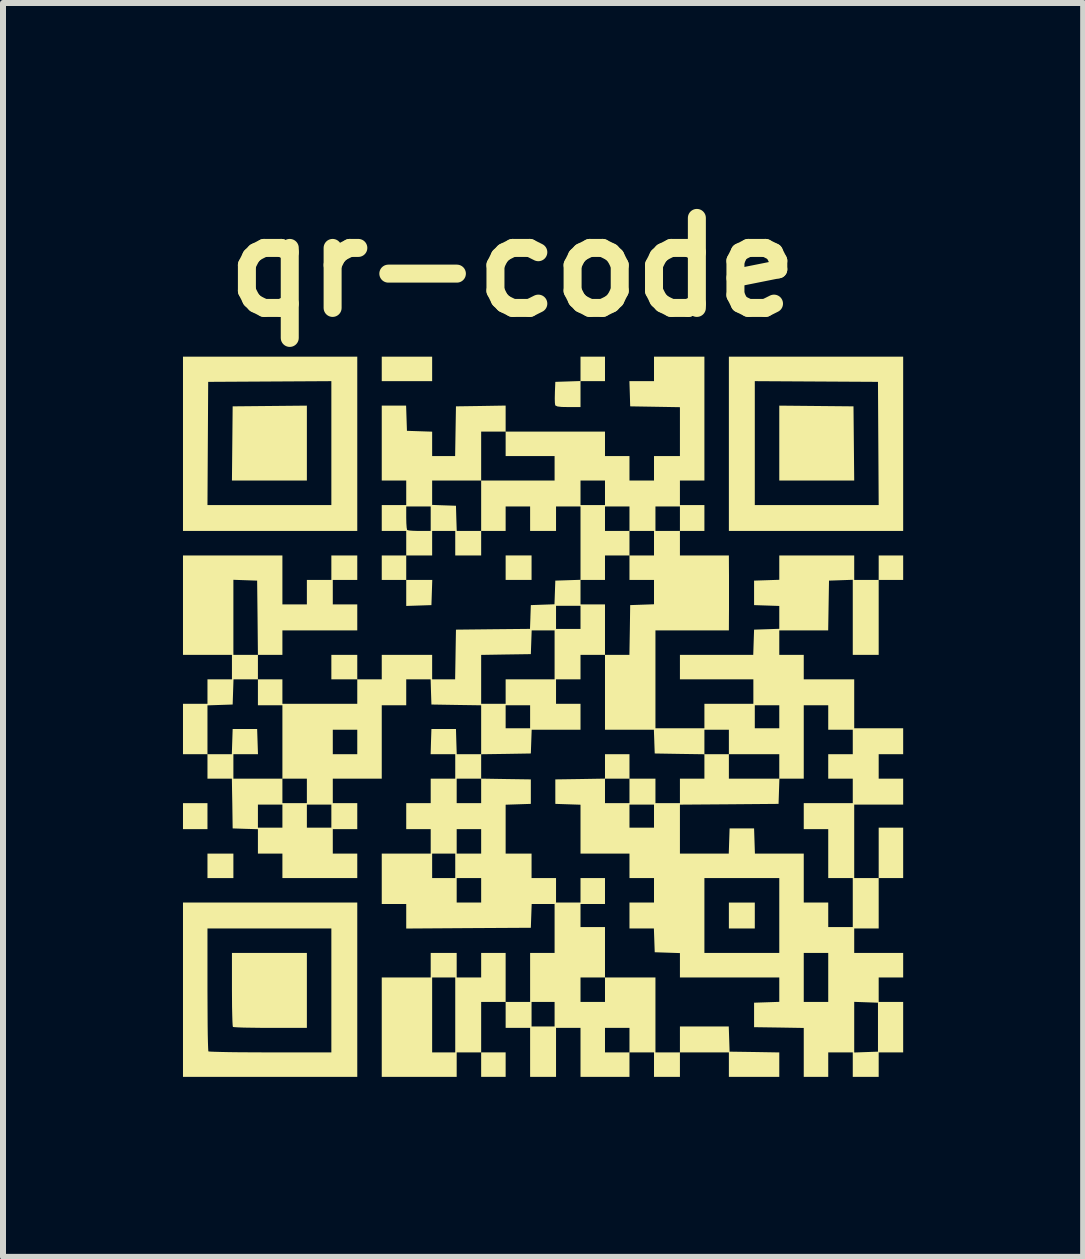
<source format=kicad_pcb>
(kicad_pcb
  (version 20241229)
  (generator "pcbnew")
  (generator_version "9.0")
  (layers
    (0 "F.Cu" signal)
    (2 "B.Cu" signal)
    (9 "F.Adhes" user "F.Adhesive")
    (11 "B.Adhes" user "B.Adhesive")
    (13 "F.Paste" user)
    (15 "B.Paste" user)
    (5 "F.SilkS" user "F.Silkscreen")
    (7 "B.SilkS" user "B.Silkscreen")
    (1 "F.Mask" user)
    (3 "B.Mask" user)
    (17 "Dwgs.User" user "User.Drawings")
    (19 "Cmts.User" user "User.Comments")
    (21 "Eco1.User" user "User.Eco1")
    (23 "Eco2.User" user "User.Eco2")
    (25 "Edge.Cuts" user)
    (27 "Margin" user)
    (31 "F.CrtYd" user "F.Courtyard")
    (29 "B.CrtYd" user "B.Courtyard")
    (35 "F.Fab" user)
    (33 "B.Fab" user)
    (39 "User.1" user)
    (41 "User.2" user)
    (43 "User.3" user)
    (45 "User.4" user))
  (footprint "qr-code"
    (layer "F.Cu")
    (at 6.002 8.897)
    (property "Reference" "qr-code" (at -0.508 -7.493 0) (layer "F.SilkS") (effects (font (size 1.5 1.5) (thickness 0.3))))
    (attr board_only exclude_from_pos_files exclude_from_bom)
    (fp_poly (pts (xy -5.594 1.657) (xy -5.594 1.873) (xy -5.798 1.873) (xy -6.002 1.873) (xy -6.002 1.657) (xy -6.002 1.44) (xy -5.798 1.44) (xy -5.594 1.44)) (stroke (width 0) (type solid)) (fill yes) (layer "F.SilkS"))
    (fp_poly (pts (xy -5.162 2.485) (xy -5.162 2.689) (xy -5.378 2.689) (xy -5.594 2.689) (xy -5.594 2.485) (xy -5.594 2.281) (xy -5.378 2.281) (xy -5.162 2.281)) (stroke (width 0) (type solid)) (fill yes) (layer "F.SilkS"))
    (fp_poly (pts (xy -3.937 -4.562) (xy -3.937 -3.937) (xy -4.562 -3.937) (xy -5.186 -3.937) (xy -5.18 -4.555) (xy -5.174 -5.174) (xy -4.555 -5.18) (xy -3.937 -5.186)) (stroke (width 0) (type solid)) (fill yes) (layer "F.SilkS"))
    (fp_poly (pts (xy -1.854 -2.071) (xy -1.861 -1.861) (xy -2.071 -1.854) (xy -2.281 -1.847) (xy -2.281 -2.064) (xy -2.281 -2.281) (xy -2.064 -2.281) (xy -1.847 -2.281)) (stroke (width 0) (type solid)) (fill yes) (layer "F.SilkS"))
    (fp_poly (pts (xy -1.849 -5.798) (xy -1.849 -5.594) (xy -2.269 -5.594) (xy -2.689 -5.594) (xy -2.689 -5.798) (xy -2.689 -6.002) (xy -2.269 -6.002) (xy -1.849 -6.002)) (stroke (width 0) (type solid)) (fill yes) (layer "F.SilkS"))
    (fp_poly (pts (xy -0.624 5.798) (xy -0.624 6.002) (xy -0.828 6.002) (xy -1.032 6.002) (xy -1.032 5.798) (xy -1.032 5.594) (xy -0.828 5.594) (xy -0.624 5.594)) (stroke (width 0) (type solid)) (fill yes) (layer "F.SilkS"))
    (fp_poly (pts (xy -0.192 -2.485) (xy -0.192 -2.281) (xy -0.408 -2.281) (xy -0.624 -2.281) (xy -0.624 -2.485) (xy -0.624 -2.689) (xy -0.408 -2.689) (xy -0.192 -2.689)) (stroke (width 0) (type solid)) (fill yes) (layer "F.SilkS"))
    (fp_poly (pts (xy 3.529 3.313) (xy 3.529 3.529) (xy 3.313 3.529) (xy 3.097 3.529) (xy 3.097 3.313) (xy 3.097 3.097) (xy 3.313 3.097) (xy 3.529 3.097)) (stroke (width 0) (type solid)) (fill yes) (layer "F.SilkS"))
    (fp_poly (pts (xy 4.555 -5.18) (xy 5.174 -5.174) (xy 5.18 -4.555) (xy 5.186 -3.937) (xy 4.562 -3.937) (xy 3.937 -3.937) (xy 3.937 -4.562) (xy 3.937 -5.186)) (stroke (width 0) (type solid)) (fill yes) (layer "F.SilkS"))
    (fp_poly (pts (xy -3.937 4.561) (xy -3.937 5.186) (xy -4.545 5.186) (xy -4.712 5.185) (xy -4.862 5.183) (xy -4.989 5.181) (xy -5.088 5.177) (xy -5.15 5.173) (xy -5.17 5.17) (xy -5.174 5.142) (xy -5.178 5.073) (xy -5.181 4.97) (xy -5.184 4.838) (xy -5.185 4.685) (xy -5.186 4.545) (xy -5.186 3.937) (xy -4.561 3.937) (xy -3.937 3.937)) (stroke (width 0) (type solid)) (fill yes) (layer "F.SilkS"))
    (fp_poly (pts (xy -3.097 -4.549) (xy -3.097 -3.097) (xy -4.549 -3.097) (xy -6.002 -3.097) (xy -6.002 -3.529) (xy -5.594 -3.529) (xy -4.562 -3.529) (xy -3.529 -3.529) (xy -3.529 -4.562) (xy -3.529 -5.594) (xy -4.555 -5.588) (xy -5.582 -5.582) (xy -5.588 -4.555) (xy -5.594 -3.529) (xy -6.002 -3.529) (xy -6.002 -4.549) (xy -6.002 -6.002) (xy -4.549 -6.002) (xy -3.097 -6.002)) (stroke (width 0) (type solid)) (fill yes) (layer "F.SilkS"))
    (fp_poly (pts (xy 6.002 -4.549) (xy 6.002 -3.097) (xy 4.549 -3.097) (xy 3.097 -3.097) (xy 3.097 -4.549) (xy 3.097 -4.562) (xy 3.529 -4.562) (xy 3.529 -3.529) (xy 4.562 -3.529) (xy 5.594 -3.529) (xy 5.588 -4.555) (xy 5.582 -5.582) (xy 4.555 -5.588) (xy 3.529 -5.594) (xy 3.529 -4.562) (xy 3.097 -4.562) (xy 3.097 -6.002) (xy 4.549 -6.002) (xy 6.002 -6.002)) (stroke (width 0) (type solid)) (fill yes) (layer "F.SilkS"))
    (fp_poly (pts (xy 1.032 -5.798) (xy 1.032 -5.594) (xy 0.828 -5.594) (xy 0.624 -5.594) (xy 0.624 -5.378) (xy 0.624 -5.162) (xy 0.419 -5.162) (xy 0.309 -5.164) (xy 0.241 -5.172) (xy 0.207 -5.187) (xy 0.202 -5.194) (xy 0.197 -5.233) (xy 0.195 -5.304) (xy 0.197 -5.394) (xy 0.197 -5.404) (xy 0.204 -5.582) (xy 0.414 -5.589) (xy 0.624 -5.596) (xy 0.624 -5.799) (xy 0.624 -6.002) (xy 0.828 -6.002) (xy 1.032 -6.002)) (stroke (width 0) (type solid)) (fill yes) (layer "F.SilkS"))
    (fp_poly (pts (xy -3.097 4.549) (xy -3.097 6.002) (xy -4.549 6.002) (xy -6.002 6.002) (xy -6.002 4.549) (xy -6.002 4.545) (xy -5.594 4.545) (xy -5.593 4.762) (xy -5.592 4.963) (xy -5.591 5.145) (xy -5.589 5.301) (xy -5.586 5.427) (xy -5.583 5.518) (xy -5.58 5.569) (xy -5.578 5.578) (xy -5.551 5.581) (xy -5.481 5.584) (xy -5.374 5.587) (xy -5.233 5.59) (xy -5.065 5.592) (xy -4.874 5.593) (xy -4.665 5.594) (xy -4.545 5.594) (xy -3.529 5.594) (xy -3.529 4.561) (xy -3.529 3.529) (xy -4.561 3.529) (xy -5.594 3.529) (xy -5.594 4.545) (xy -6.002 4.545) (xy -6.002 3.097) (xy -4.549 3.097) (xy -3.097 3.097)) (stroke (width 0) (type solid)) (fill yes) (layer "F.SilkS"))
    (fp_poly (pts (xy 2.689 -4.97) (xy 2.689 -3.937) (xy 2.485 -3.937) (xy 2.281 -3.937) (xy 2.281 -3.733) (xy 2.281 -3.529) (xy 2.485 -3.529) (xy 2.689 -3.529) (xy 2.689 -3.313) (xy 2.689 -3.097) (xy 2.485 -3.097) (xy 2.281 -3.097) (xy 2.281 -2.893) (xy 2.281 -2.689) (xy 2.689 -2.689) (xy 3.097 -2.689) (xy 3.098 -2.485) (xy 3.099 -2.357) (xy 3.099 -2.211) (xy 3.099 -2.076) (xy 3.099 -2.065) (xy 3.099 -1.933) (xy 3.099 -1.786) (xy 3.098 -1.655) (xy 3.098 -1.645) (xy 3.097 -1.44) (xy 2.485 -1.44) (xy 1.873 -1.44) (xy 1.873 -0.624) (xy 1.873 0.192) (xy 2.281 0.192) (xy 2.689 0.192) (xy 2.689 0) (xy 3.529 0) (xy 3.529 0.192) (xy 3.733 0.192) (xy 3.937 0.192) (xy 3.937 0) (xy 3.937 -0.192) (xy 3.733 -0.192) (xy 3.529 -0.192) (xy 3.529 0) (xy 2.689 0) (xy 2.689 -0.012) (xy 2.689 -0.216) (xy 3.097 -0.216) (xy 3.505 -0.216) (xy 3.505 -0.42) (xy 3.505 -0.624) (xy 2.893 -0.624) (xy 2.281 -0.624) (xy 2.281 -0.828) (xy 2.281 -1.032) (xy 2.892 -1.032) (xy 3.503 -1.032) (xy 3.51 -1.242) (xy 3.517 -1.452) (xy 3.727 -1.459) (xy 3.937 -1.466) (xy 3.937 -1.657) (xy 3.937 -1.847) (xy 3.727 -1.854) (xy 3.517 -1.861) (xy 3.517 -2.065) (xy 3.517 -2.269) (xy 3.727 -2.276) (xy 3.937 -2.283) (xy 3.937 -2.486) (xy 3.937 -2.689) (xy 4.561 -2.689) (xy 5.186 -2.689) (xy 5.186 -2.485) (xy 5.186 -2.281) (xy 5.39 -2.281) (xy 5.594 -2.281) (xy 5.594 -2.485) (xy 5.594 -2.689) (xy 5.798 -2.689) (xy 6.002 -2.689) (xy 6.002 -2.485) (xy 6.002 -2.281) (xy 5.798 -2.281) (xy 5.594 -2.281) (xy 5.594 -1.657) (xy 5.594 -1.032) (xy 5.378 -1.032) (xy 5.162 -1.032) (xy 5.162 -1.657) (xy 5.162 -2.283) (xy 4.964 -2.276) (xy 4.766 -2.269) (xy 4.759 -1.855) (xy 4.752 -1.44) (xy 4.345 -1.44) (xy 3.937 -1.44) (xy 3.937 -1.236) (xy 3.937 -1.032) (xy 4.141 -1.032) (xy 4.345 -1.032) (xy 4.345 -0.828) (xy 4.345 -0.624) (xy 4.766 -0.624) (xy 5.186 -0.624) (xy 5.186 -0.216) (xy 5.186 0.192) (xy 5.594 0.192) (xy 6.002 0.192) (xy 6.002 0.408) (xy 6.002 0.624) (xy 5.798 0.624) (xy 5.594 0.624) (xy 5.594 0.828) (xy 5.594 1.032) (xy 5.798 1.032) (xy 6.002 1.032) (xy 6.002 1.248) (xy 6.002 1.464) (xy 5.594 1.464) (xy 5.186 1.464) (xy 5.186 2.077) (xy 5.186 2.689) (xy 5.39 2.689) (xy 5.594 2.689) (xy 5.594 2.269) (xy 5.594 1.849) (xy 5.798 1.849) (xy 6.002 1.849) (xy 6.002 2.269) (xy 6.002 2.689) (xy 5.798 2.689) (xy 5.594 2.689) (xy 5.594 3.109) (xy 5.594 3.529) (xy 5.39 3.529) (xy 5.186 3.529) (xy 5.186 3.733) (xy 5.186 3.937) (xy 5.594 3.937) (xy 6.002 3.937) (xy 6.002 4.141) (xy 6.002 4.345) (xy 5.798 4.345) (xy 5.594 4.345) (xy 5.594 4.549) (xy 5.594 4.753) (xy 5.798 4.753) (xy 6.002 4.753) (xy 6.002 5.174) (xy 6.002 5.594) (xy 5.798 5.594) (xy 5.594 5.594) (xy 5.594 5.798) (xy 5.594 6.002) (xy 5.378 6.002) (xy 5.162 6.002) (xy 5.162 5.798) (xy 5.162 5.594) (xy 4.958 5.594) (xy 4.753 5.594) (xy 4.753 5.798) (xy 4.753 6.002) (xy 4.549 6.002) (xy 4.345 6.002) (xy 4.345 5.594) (xy 4.345 5.187) (xy 3.931 5.18) (xy 3.517 5.174) (xy 5.186 5.174) (xy 5.186 5.596) (xy 5.384 5.589) (xy 5.582 5.582) (xy 5.582 5.174) (xy 5.582 4.766) (xy 5.384 4.759) (xy 5.186 4.752) (xy 5.186 5.174) (xy 3.517 5.174) (xy 3.517 4.97) (xy 3.517 4.766) (xy 3.727 4.759) (xy 3.937 4.752) (xy 3.937 4.548) (xy 3.937 4.345) (xy 4.345 4.345) (xy 4.345 4.753) (xy 4.549 4.753) (xy 4.753 4.753) (xy 4.753 4.345) (xy 4.753 3.937) (xy 4.549 3.937) (xy 4.345 3.937) (xy 4.345 4.345) (xy 3.937 4.345) (xy 3.109 4.345) (xy 2.281 4.345) (xy 2.281 4.142) (xy 2.281 3.939) (xy 2.071 3.932) (xy 1.861 3.925) (xy 1.854 3.727) (xy 1.847 3.529) (xy 1.644 3.529) (xy 1.44 3.529) (xy 1.44 3.313) (xy 2.689 3.313) (xy 2.689 3.937) (xy 3.313 3.937) (xy 3.937 3.937) (xy 3.937 3.313) (xy 3.937 2.689) (xy 3.313 2.689) (xy 2.689 2.689) (xy 2.689 3.313) (xy 1.44 3.313) (xy 1.44 3.097) (xy 1.645 3.097) (xy 1.849 3.097) (xy 1.849 2.893) (xy 1.849 2.689) (xy 1.645 2.689) (xy 1.44 2.689) (xy 1.44 2.485) (xy 1.44 2.281) (xy 1.032 2.281) (xy 0.624 2.281) (xy 0.624 1.874) (xy 0.624 1.657) (xy 1.44 1.657) (xy 1.44 1.849) (xy 1.645 1.849) (xy 1.849 1.849) (xy 1.849 1.657) (xy 1.849 1.465) (xy 2.281 1.465) (xy 2.281 1.873) (xy 2.281 2.281) (xy 2.688 2.281) (xy 3.095 2.281) (xy 3.102 2.071) (xy 3.109 1.861) (xy 3.313 1.861) (xy 3.517 1.861) (xy 3.524 2.071) (xy 3.531 2.281) (xy 3.938 2.281) (xy 4.345 2.281) (xy 4.345 2.689) (xy 4.345 3.097) (xy 4.549 3.097) (xy 4.753 3.097) (xy 4.753 3.301) (xy 4.753 3.505) (xy 4.958 3.505) (xy 5.162 3.505) (xy 5.162 3.097) (xy 5.162 2.689) (xy 4.958 2.689) (xy 4.753 2.689) (xy 4.753 2.281) (xy 4.753 1.873) (xy 4.549 1.873) (xy 4.345 1.873) (xy 4.345 1.657) (xy 4.345 1.44) (xy 4.753 1.44) (xy 5.162 1.44) (xy 5.162 1.236) (xy 5.162 1.032) (xy 4.958 1.032) (xy 4.753 1.032) (xy 4.753 0.828) (xy 4.753 0.624) (xy 4.958 0.624) (xy 5.162 0.624) (xy 5.162 0.42) (xy 5.162 0.216) (xy 4.958 0.216) (xy 4.753 0.216) (xy 4.753 0.012) (xy 4.753 -0.192) (xy 4.549 -0.192) (xy 4.345 -0.192) (xy 4.345 0.42) (xy 4.345 1.032) (xy 4.141 1.032) (xy 3.939 1.032) (xy 3.932 1.242) (xy 3.925 1.452) (xy 3.103 1.459) (xy 2.281 1.465) (xy 1.849 1.465) (xy 1.849 1.464) (xy 1.645 1.464) (xy 1.44 1.464) (xy 1.44 1.657) (xy 0.624 1.657) (xy 0.624 1.466) (xy 0.414 1.459) (xy 0.204 1.452) (xy 0.204 1.248) (xy 0.204 1.044) (xy 0.618 1.038) (xy 1.032 1.031) (xy 1.032 0.828) (xy 1.032 0.624) (xy 1.236 0.624) (xy 1.44 0.624) (xy 1.44 0.828) (xy 1.44 1.032) (xy 1.236 1.032) (xy 1.032 1.032) (xy 1.032 1.236) (xy 1.032 1.44) (xy 1.236 1.44) (xy 1.44 1.44) (xy 1.44 1.236) (xy 1.44 1.032) (xy 1.657 1.032) (xy 1.873 1.032) (xy 1.873 1.236) (xy 1.873 1.44) (xy 2.077 1.44) (xy 2.281 1.44) (xy 2.281 1.236) (xy 2.281 1.032) (xy 2.485 1.032) (xy 2.689 1.032) (xy 2.689 0.829) (xy 2.689 0.828) (xy 3.097 0.828) (xy 3.097 1.032) (xy 3.518 1.032) (xy 3.937 1.032) (xy 3.937 0.828) (xy 3.937 0.624) (xy 3.517 0.624) (xy 3.097 0.624) (xy 3.097 0.828) (xy 2.689 0.828) (xy 2.689 0.625) (xy 2.275 0.619) (xy 1.861 0.612) (xy 1.854 0.42) (xy 2.689 0.42) (xy 2.689 0.624) (xy 2.893 0.624) (xy 3.097 0.624) (xy 3.097 0.42) (xy 3.097 0.216) (xy 2.893 0.216) (xy 2.689 0.216) (xy 2.689 0.42) (xy 1.854 0.42) (xy 1.854 0.414) (xy 1.847 0.216) (xy 1.439 0.216) (xy 1.032 0.216) (xy 1.032 -0.408) (xy 1.032 -1.032) (xy 0.828 -1.032) (xy 0.624 -1.032) (xy 0.624 -0.828) (xy 0.624 -0.624) (xy 0.42 -0.624) (xy 0.216 -0.624) (xy 0.216 -0.42) (xy 0.216 -0.216) (xy 0.42 -0.216) (xy 0.624 -0.216) (xy 0.624 0) (xy 0.624 0.216) (xy 0.217 0.216) (xy -0.19 0.216) (xy -0.197 0.414) (xy -0.204 0.612) (xy -0.618 0.619) (xy -1.032 0.625) (xy -1.032 0.828) (xy -1.032 1.031) (xy -0.618 1.038) (xy -0.204 1.044) (xy -0.204 1.248) (xy -0.204 1.452) (xy -0.414 1.459) (xy -0.624 1.466) (xy -0.624 1.874) (xy -0.624 2.281) (xy -0.408 2.281) (xy -0.192 2.281) (xy -0.192 2.485) (xy -0.192 2.689) (xy 0.012 2.689) (xy 0.216 2.689) (xy 0.216 2.893) (xy 0.216 3.097) (xy 0.42 3.097) (xy 0.624 3.097) (xy 0.624 2.893) (xy 0.624 2.689) (xy 0.828 2.689) (xy 1.032 2.689) (xy 1.032 2.905) (xy 1.032 3.121) (xy 0.828 3.121) (xy 0.624 3.121) (xy 0.624 3.313) (xy 0.624 3.505) (xy 0.828 3.505) (xy 1.032 3.505) (xy 1.032 3.925) (xy 1.032 4.345) (xy 0.828 4.345) (xy 0.624 4.345) (xy 0.624 4.549) (xy 0.624 4.753) (xy 0.828 4.753) (xy 1.032 4.753) (xy 1.032 4.549) (xy 1.032 4.345) (xy 1.452 4.345) (xy 1.873 4.345) (xy 1.873 4.97) (xy 1.873 5.594) (xy 2.077 5.594) (xy 2.281 5.594) (xy 2.281 5.378) (xy 2.281 5.162) (xy 2.688 5.162) (xy 3.095 5.162) (xy 3.102 5.372) (xy 3.109 5.582) (xy 3.523 5.588) (xy 3.937 5.595) (xy 3.937 5.798) (xy 3.937 6.002) (xy 3.517 6.002) (xy 3.097 6.002) (xy 3.097 5.798) (xy 3.097 5.594) (xy 2.689 5.594) (xy 2.281 5.594) (xy 2.281 5.798) (xy 2.281 6.002) (xy 2.065 6.002) (xy 1.849 6.002) (xy 1.849 5.798) (xy 1.849 5.594) (xy 1.645 5.594) (xy 1.44 5.594) (xy 1.44 5.798) (xy 1.44 6.002) (xy 1.032 6.002) (xy 0.624 6.002) (xy 0.624 5.594) (xy 0.624 5.39) (xy 1.032 5.39) (xy 1.032 5.594) (xy 1.236 5.594) (xy 1.44 5.594) (xy 1.44 5.39) (xy 1.44 5.186) (xy 1.236 5.186) (xy 1.032 5.186) (xy 1.032 5.39) (xy 0.624 5.39) (xy 0.624 5.186) (xy 0.42 5.186) (xy 0.216 5.186) (xy 0.216 5.594) (xy 0.216 6.002) (xy 0 6.002) (xy -0.216 6.002) (xy -0.216 5.594) (xy -0.216 5.186) (xy -0.42 5.186) (xy -0.624 5.186) (xy -0.624 4.97) (xy -0.624 4.958) (xy -0.192 4.958) (xy -0.192 5.162) (xy 0 5.162) (xy 0.192 5.162) (xy 0.192 4.958) (xy 0.192 4.753) (xy 0 4.753) (xy -0.192 4.753) (xy -0.192 4.958) (xy -0.624 4.958) (xy -0.624 4.753) (xy -0.828 4.753) (xy -1.032 4.753) (xy -1.032 5.174) (xy -1.032 5.594) (xy -1.236 5.594) (xy -1.44 5.594) (xy -1.44 5.798) (xy -1.44 6.002) (xy -2.065 6.002) (xy -2.689 6.002) (xy -2.689 5.174) (xy -2.689 4.97) (xy -1.849 4.97) (xy -1.849 5.594) (xy -1.657 5.594) (xy -1.464 5.594) (xy -1.464 4.97) (xy -1.464 4.345) (xy -1.657 4.345) (xy -1.849 4.345) (xy -1.849 4.97) (xy -2.689 4.97) (xy -2.689 4.345) (xy -2.281 4.345) (xy -1.873 4.345) (xy -1.873 4.141) (xy -1.873 3.937) (xy -1.657 3.937) (xy -1.44 3.937) (xy -1.44 4.141) (xy -1.44 4.345) (xy -1.236 4.345) (xy -1.032 4.345) (xy -1.032 4.141) (xy -1.032 3.937) (xy -0.828 3.937) (xy -0.624 3.937) (xy -0.624 4.345) (xy -0.624 4.753) (xy -0.42 4.753) (xy -0.216 4.753) (xy -0.216 4.345) (xy -0.216 3.937) (xy -0.012 3.937) (xy 0.192 3.937) (xy 0.192 3.529) (xy 0.192 3.121) (xy 0.001 3.121) (xy -0.19 3.121) (xy -0.197 3.319) (xy -0.204 3.517) (xy -1.242 3.523) (xy -2.281 3.53) (xy -2.281 3.325) (xy -2.281 3.121) (xy -2.485 3.121) (xy -2.689 3.121) (xy -2.689 2.893) (xy -1.44 2.893) (xy -1.44 3.097) (xy -1.236 3.097) (xy -1.032 3.097) (xy -1.032 2.893) (xy -1.032 2.689) (xy -1.236 2.689) (xy -1.44 2.689) (xy -1.44 2.893) (xy -2.689 2.893) (xy -2.689 2.701) (xy -2.689 2.485) (xy -1.849 2.485) (xy -1.849 2.689) (xy -1.657 2.689) (xy -1.464 2.689) (xy -1.464 2.485) (xy -1.464 2.281) (xy -1.657 2.281) (xy -1.849 2.281) (xy -1.849 2.485) (xy -2.689 2.485) (xy -2.689 2.281) (xy -2.281 2.281) (xy -1.873 2.281) (xy -1.873 2.077) (xy -1.44 2.077) (xy -1.44 2.281) (xy -1.236 2.281) (xy -1.032 2.281) (xy -1.032 2.077) (xy -1.032 1.873) (xy -1.236 1.873) (xy -1.44 1.873) (xy -1.44 2.077) (xy -1.873 2.077) (xy -1.873 1.873) (xy -2.077 1.873) (xy -2.281 1.873) (xy -2.281 1.657) (xy -2.281 1.44) (xy -2.077 1.44) (xy -1.873 1.44) (xy -1.873 1.236) (xy -1.44 1.236) (xy -1.44 1.44) (xy -1.236 1.44) (xy -1.032 1.44) (xy -1.032 1.236) (xy -1.032 1.032) (xy -1.236 1.032) (xy -1.44 1.032) (xy -1.44 1.236) (xy -1.873 1.236) (xy -1.873 1.032) (xy -1.669 1.032) (xy -1.464 1.032) (xy -1.464 0.828) (xy -1.464 0.624) (xy -1.669 0.624) (xy -1.874 0.624) (xy -1.868 0.414) (xy -1.861 0.204) (xy -1.657 0.204) (xy -1.452 0.204) (xy -1.446 0.414) (xy -1.439 0.624) (xy -1.235 0.624) (xy -1.032 0.624) (xy -1.032 0.217) (xy -1.032 0) (xy -0.624 0) (xy -0.624 0.192) (xy -0.42 0.192) (xy -0.216 0.192) (xy -0.216 0) (xy -0.216 -0.192) (xy -0.42 -0.192) (xy -0.624 -0.192) (xy -0.624 0) (xy -1.032 0) (xy -1.032 -0.191) (xy -1.446 -0.197) (xy -1.861 -0.204) (xy -1.868 -0.414) (xy -1.874 -0.624) (xy -2.078 -0.624) (xy -2.281 -0.624) (xy -2.281 -0.408) (xy -2.281 -0.192) (xy -2.485 -0.192) (xy -2.689 -0.192) (xy -2.689 0.42) (xy -2.689 1.032) (xy -3.097 1.032) (xy -3.505 1.032) (xy -3.505 1.236) (xy -3.505 1.44) (xy -3.301 1.44) (xy -3.097 1.44) (xy -3.097 1.657) (xy -3.097 1.873) (xy -3.301 1.873) (xy -3.505 1.873) (xy -3.505 2.077) (xy -3.505 2.281) (xy -3.301 2.281) (xy -3.097 2.281) (xy -3.097 2.485) (xy -3.097 2.689) (xy -3.721 2.689) (xy -4.345 2.689) (xy -4.345 2.485) (xy -4.345 2.281) (xy -4.549 2.281) (xy -4.753 2.281) (xy -4.753 2.078) (xy -4.753 1.874) (xy -4.964 1.868) (xy -5.174 1.861) (xy -5.177 1.657) (xy -4.753 1.657) (xy -4.753 1.849) (xy -4.549 1.849) (xy -4.345 1.849) (xy -4.345 1.657) (xy -3.937 1.657) (xy -3.937 1.849) (xy -3.733 1.849) (xy -3.529 1.849) (xy -3.529 1.657) (xy -3.529 1.464) (xy -3.733 1.464) (xy -3.937 1.464) (xy -3.937 1.657) (xy -4.345 1.657) (xy -4.345 1.464) (xy -4.549 1.464) (xy -4.753 1.464) (xy -4.753 1.657) (xy -5.177 1.657) (xy -5.18 1.446) (xy -5.184 1.236) (xy -4.345 1.236) (xy -4.345 1.44) (xy -4.141 1.44) (xy -3.937 1.44) (xy -3.937 1.236) (xy -3.937 1.032) (xy -4.141 1.032) (xy -4.345 1.032) (xy -4.345 1.236) (xy -5.184 1.236) (xy -5.187 1.032) (xy -5.39 1.032) (xy -5.594 1.032) (xy -5.594 0.828) (xy -5.594 0.624) (xy -5.798 0.624) (xy -6.002 0.624) (xy -6.002 0.204) (xy -6.002 -0.216) (xy -5.798 -0.216) (xy -5.594 -0.216) (xy -5.594 -0.42) (xy -5.594 -0.624) (xy -5.39 -0.624) (xy -5.186 -0.624) (xy -5.186 -0.828) (xy -5.186 -1.032) (xy -5.594 -1.032) (xy -6.002 -1.032) (xy -6.002 -1.861) (xy -6.002 -2.689) (xy -5.174 -2.689) (xy -4.345 -2.689) (xy -4.345 -2.281) (xy -4.345 -1.873) (xy -4.141 -1.873) (xy -3.937 -1.873) (xy -3.937 -2.077) (xy -3.937 -2.281) (xy -3.733 -2.281) (xy -3.529 -2.281) (xy -3.529 -2.485) (xy -3.529 -2.689) (xy -3.313 -2.689) (xy -3.097 -2.689) (xy -3.097 -2.485) (xy -3.097 -2.281) (xy -3.301 -2.281) (xy -3.505 -2.281) (xy -3.505 -2.077) (xy -3.505 -1.873) (xy -3.301 -1.873) (xy -3.097 -1.873) (xy -3.097 -1.657) (xy -3.097 -1.44) (xy -3.721 -1.44) (xy -4.345 -1.44) (xy -4.345 -1.236) (xy -4.345 -1.032) (xy -4.549 -1.032) (xy -4.753 -1.032) (xy -4.759 -1.651) (xy -4.766 -2.269) (xy -4.964 -2.276) (xy -5.162 -2.283) (xy -5.162 -1.657) (xy -5.162 -1.032) (xy -4.957 -1.032) (xy -4.753 -1.032) (xy -4.753 -0.828) (xy -4.753 -0.624) (xy -4.957 -0.624) (xy -5.16 -0.624) (xy -5.167 -0.414) (xy -5.174 -0.204) (xy -5.384 -0.197) (xy -5.594 -0.19) (xy -5.594 0.217) (xy -5.594 0.624) (xy -5.391 0.624) (xy -5.188 0.624) (xy -5.181 0.414) (xy -5.174 0.204) (xy -4.97 0.204) (xy -4.766 0.204) (xy -4.759 0.414) (xy -4.752 0.624) (xy -4.957 0.624) (xy -5.162 0.624) (xy -5.162 0.828) (xy -5.162 1.032) (xy -4.753 1.032) (xy -4.345 1.032) (xy -4.345 0.42) (xy -3.505 0.42) (xy -3.505 0.624) (xy -3.301 0.624) (xy -3.097 0.624) (xy -3.097 0.42) (xy -3.097 0.216) (xy -3.301 0.216) (xy -3.505 0.216) (xy -3.505 0.42) (xy -4.345 0.42) (xy -4.345 -0.192) (xy -4.549 -0.192) (xy -4.753 -0.192) (xy -4.753 -0.408) (xy -4.753 -0.624) (xy -4.549 -0.624) (xy -4.345 -0.624) (xy -4.345 -0.42) (xy -4.345 -0.216) (xy -3.721 -0.216) (xy -3.097 -0.216) (xy -3.097 -0.42) (xy -3.097 -0.624) (xy -3.313 -0.624) (xy -3.529 -0.624) (xy -3.529 -0.828) (xy -3.529 -1.032) (xy -3.313 -1.032) (xy -3.097 -1.032) (xy -3.097 -0.828) (xy -3.097 -0.624) (xy -2.893 -0.624) (xy -2.689 -0.624) (xy -2.689 -0.828) (xy -2.689 -1.032) (xy -2.269 -1.032) (xy -1.849 -1.032) (xy -1.849 -0.828) (xy -1.849 -0.624) (xy -1.657 -0.624) (xy -1.466 -0.624) (xy -1.459 -1.031) (xy -1.032 -1.031) (xy -1.032 -0.624) (xy -1.032 -0.216) (xy -0.828 -0.216) (xy -0.624 -0.216) (xy -0.624 -0.42) (xy -0.624 -0.624) (xy -0.216 -0.624) (xy 0.192 -0.624) (xy 0.192 -1.032) (xy 0.192 -1.44) (xy 0.001 -1.44) (xy -0.19 -1.44) (xy -0.197 -1.242) (xy -0.204 -1.044) (xy -0.618 -1.038) (xy -1.032 -1.031) (xy -1.459 -1.031) (xy -1.459 -1.038) (xy -1.452 -1.452) (xy -0.835 -1.459) (xy -0.218 -1.465) (xy -0.211 -1.657) (xy 0.216 -1.657) (xy 0.216 -1.464) (xy 0.42 -1.464) (xy 0.624 -1.464) (xy 0.624 -1.657) (xy 0.624 -1.849) (xy 0.42 -1.849) (xy 0.216 -1.849) (xy 0.216 -1.657) (xy -0.211 -1.657) (xy -0.211 -1.663) (xy -0.204 -1.861) (xy -0.007 -1.868) (xy 0.19 -1.875) (xy 0.197 -2.072) (xy 0.204 -2.269) (xy 0.414 -2.276) (xy 0.568 -2.281) (xy 0.624 -2.281) (xy 0.624 -2.077) (xy 0.624 -1.873) (xy 0.828 -1.873) (xy 1.032 -1.873) (xy 1.032 -1.452) (xy 1.032 -1.032) (xy 1.236 -1.032) (xy 1.439 -1.032) (xy 1.446 -1.446) (xy 1.452 -1.861) (xy 1.651 -1.868) (xy 1.849 -1.875) (xy 1.849 -2.078) (xy 1.849 -2.281) (xy 1.645 -2.281) (xy 1.44 -2.281) (xy 1.44 -2.485) (xy 1.44 -2.689) (xy 1.645 -2.689) (xy 1.849 -2.689) (xy 1.849 -2.893) (xy 1.849 -3.097) (xy 1.645 -3.097) (xy 1.44 -3.097) (xy 1.44 -2.893) (xy 1.44 -2.689) (xy 1.236 -2.689) (xy 1.032 -2.689) (xy 1.032 -2.485) (xy 1.032 -2.281) (xy 0.828 -2.281) (xy 0.624 -2.281) (xy 0.568 -2.281) (xy 0.624 -2.283) (xy 0.624 -2.894) (xy 0.624 -3.301) (xy 1.032 -3.301) (xy 1.032 -3.097) (xy 1.236 -3.097) (xy 1.44 -3.097) (xy 1.44 -3.301) (xy 1.873 -3.301) (xy 1.873 -3.097) (xy 2.077 -3.097) (xy 2.281 -3.097) (xy 2.281 -3.301) (xy 2.281 -3.505) (xy 2.077 -3.505) (xy 1.873 -3.505) (xy 1.873 -3.301) (xy 1.44 -3.301) (xy 1.44 -3.505) (xy 1.236 -3.505) (xy 1.032 -3.505) (xy 1.032 -3.301) (xy 0.624 -3.301) (xy 0.624 -3.505) (xy 0.42 -3.505) (xy 0.216 -3.505) (xy 0.216 -3.301) (xy 0.216 -3.097) (xy 0 -3.097) (xy -0.216 -3.097) (xy -0.216 -3.301) (xy -0.216 -3.505) (xy -0.42 -3.505) (xy -0.624 -3.505) (xy -0.624 -3.301) (xy -0.624 -3.097) (xy -0.828 -3.097) (xy -1.032 -3.097) (xy -1.032 -2.893) (xy -1.032 -2.689) (xy -1.248 -2.689) (xy -1.464 -2.689) (xy -1.464 -2.893) (xy -1.464 -3.097) (xy -1.657 -3.097) (xy -1.849 -3.097) (xy -1.849 -2.893) (xy -1.849 -2.689) (xy -2.065 -2.689) (xy -2.281 -2.689) (xy -2.281 -2.485) (xy -2.281 -2.281) (xy -2.485 -2.281) (xy -2.689 -2.281) (xy -2.689 -2.485) (xy -2.689 -2.689) (xy -2.485 -2.689) (xy -2.281 -2.689) (xy -2.281 -2.893) (xy -2.281 -3.097) (xy -2.485 -3.097) (xy -2.689 -3.097) (xy -2.689 -3.313) (xy -2.689 -3.317) (xy -2.281 -3.317) (xy -2.279 -3.226) (xy -2.274 -3.155) (xy -2.267 -3.116) (xy -2.265 -3.113) (xy -2.235 -3.105) (xy -2.169 -3.1) (xy -2.082 -3.097) (xy -2.061 -3.097) (xy -1.873 -3.097) (xy -1.873 -3.301) (xy -1.873 -3.505) (xy -2.077 -3.505) (xy -2.281 -3.505) (xy -2.281 -3.317) (xy -2.689 -3.317) (xy -2.689 -3.529) (xy -2.485 -3.529) (xy -2.281 -3.529) (xy -2.281 -3.733) (xy -2.281 -3.937) (xy -2.485 -3.937) (xy -2.689 -3.937) (xy -2.689 -4.561) (xy -2.689 -5.186) (xy -2.486 -5.186) (xy -2.283 -5.186) (xy -2.276 -4.976) (xy -2.269 -4.766) (xy -2.059 -4.759) (xy -1.849 -4.752) (xy -1.849 -4.548) (xy -1.849 -4.345) (xy -1.657 -4.345) (xy -1.466 -4.345) (xy -1.459 -4.759) (xy -1.452 -5.174) (xy -1.038 -5.18) (xy -0.624 -5.187) (xy -0.624 -4.97) (xy -0.624 -4.753) (xy -0.828 -4.753) (xy -1.032 -4.753) (xy -1.032 -4.345) (xy -1.032 -3.937) (xy -1.44 -3.937) (xy -1.849 -3.937) (xy -1.849 -3.734) (xy -1.849 -3.531) (xy -1.651 -3.524) (xy -1.452 -3.517) (xy -1.446 -3.307) (xy -1.439 -3.097) (xy -1.235 -3.097) (xy -1.032 -3.097) (xy -1.032 -3.517) (xy -1.032 -3.733) (xy 0.624 -3.733) (xy 0.624 -3.529) (xy 0.828 -3.529) (xy 1.032 -3.529) (xy 1.032 -3.733) (xy 1.032 -3.937) (xy 0.828 -3.937) (xy 0.624 -3.937) (xy 0.624 -3.733) (xy -1.032 -3.733) (xy -1.032 -3.937) (xy -0.42 -3.937) (xy 0.192 -3.937) (xy 0.192 -4.141) (xy 0.192 -4.345) (xy -0.216 -4.345) (xy -0.624 -4.345) (xy -0.624 -4.549) (xy -0.624 -4.753) (xy 0.204 -4.753) (xy 1.032 -4.753) (xy 1.032 -4.549) (xy 1.032 -4.345) (xy 1.236 -4.345) (xy 1.44 -4.345) (xy 1.44 -4.141) (xy 1.44 -3.937) (xy 1.645 -3.937) (xy 1.849 -3.937) (xy 1.849 -4.141) (xy 1.849 -4.345) (xy 2.065 -4.345) (xy 2.281 -4.345) (xy 2.281 -4.753) (xy 2.281 -5.16) (xy 1.867 -5.167) (xy 1.452 -5.174) (xy 1.446 -5.384) (xy 1.439 -5.594) (xy 1.644 -5.594) (xy 1.849 -5.594) (xy 1.849 -5.798) (xy 1.849 -6.002) (xy 2.269 -6.002) (xy 2.689 -6.002)) (stroke (width 0) (type solid)) (fill yes) (layer "F.SilkS")))
  (gr_rect
    (start -3 -3)
    (end 15.004 17.899)
    (stroke (width 0.1) (type default))
    (fill no)
    (layer "Edge.Cuts")))
</source>
